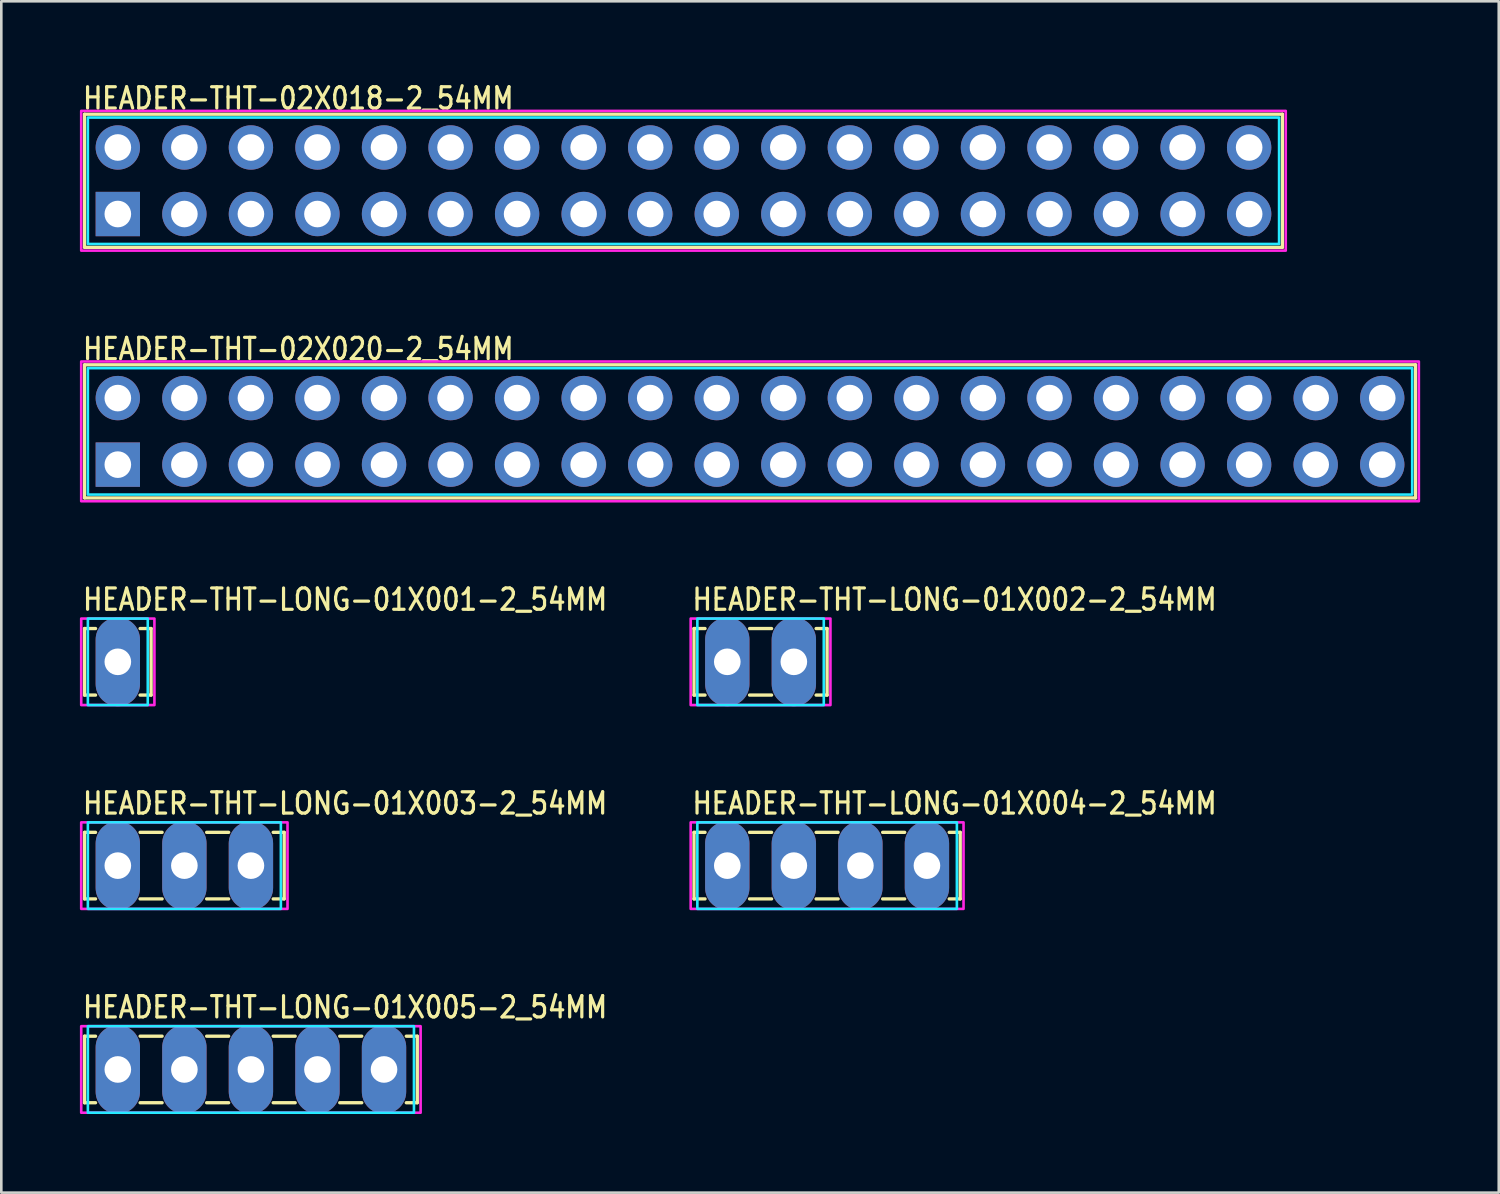
<source format=kicad_pcb>
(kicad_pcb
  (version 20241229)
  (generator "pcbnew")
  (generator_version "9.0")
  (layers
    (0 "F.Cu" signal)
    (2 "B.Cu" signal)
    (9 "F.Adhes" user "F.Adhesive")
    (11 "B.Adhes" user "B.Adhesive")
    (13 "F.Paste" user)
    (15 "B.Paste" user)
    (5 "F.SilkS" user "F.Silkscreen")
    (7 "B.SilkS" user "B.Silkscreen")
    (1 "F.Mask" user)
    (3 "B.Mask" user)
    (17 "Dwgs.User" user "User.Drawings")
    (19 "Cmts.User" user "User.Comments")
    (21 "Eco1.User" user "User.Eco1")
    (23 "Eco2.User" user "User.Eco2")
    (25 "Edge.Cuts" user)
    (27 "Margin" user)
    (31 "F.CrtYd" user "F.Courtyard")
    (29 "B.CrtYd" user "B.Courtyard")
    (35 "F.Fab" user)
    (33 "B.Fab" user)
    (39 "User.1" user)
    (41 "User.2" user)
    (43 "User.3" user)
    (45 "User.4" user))
  (footprint "HEADER-THT-02X020-2_54MM"
    (layer "F.Cu")
    (at 1.447 14.684)
    (property "Reference" "HEADER-THT-02X020-2_54MM" (at -1.4 -3.94 0) (unlocked yes) (layer "F.SilkS") (effects (font (size 0.813 0.695) (thickness 0.122)) (justify left bottom)))
    (fp_line (start -1.27 -3.81) (end -1.27 1.27) (stroke (width 0.127) (type solid)) (layer "F.SilkS"))
    (fp_line (start -1.27 1.27) (end 49.53 1.27) (stroke (width 0.127) (type solid)) (layer "F.SilkS"))
    (fp_line (start 49.53 -3.81) (end -1.27 -3.81) (stroke (width 0.127) (type solid)) (layer "F.SilkS"))
    (fp_line (start 49.53 1.27) (end 49.53 -3.81) (stroke (width 0.127) (type solid)) (layer "F.SilkS"))
    (fp_poly (pts (xy -1.143 -3.683) (xy 49.403 -3.683) (xy 49.403 1.143) (xy -1.143 1.143)) (stroke (width 0.1) (type solid)) (fill no) (layer "B.CrtYd"))
    (fp_poly (pts (xy -1.397 -3.937) (xy 49.657 -3.937) (xy 49.657 1.397) (xy -1.397 1.397)) (stroke (width 0.1) (type solid)) (fill no) (layer "F.CrtYd"))
    (pad "1" thru_hole rect (at 0 0) (size 1.693 1.693) (drill 1.016) (layers "*.Cu" "*.Mask"))
    (pad "2" thru_hole oval (at 0 -2.54) (size 1.693 1.693) (drill 1.016) (layers "*.Cu" "*.Mask"))
    (pad "3" thru_hole oval (at 2.54 0) (size 1.693 1.693) (drill 1.016) (layers "*.Cu" "*.Mask"))
    (pad "4" thru_hole oval (at 2.54 -2.54) (size 1.693 1.693) (drill 1.016) (layers "*.Cu" "*.Mask"))
    (pad "5" thru_hole oval (at 5.08 0) (size 1.693 1.693) (drill 1.016) (layers "*.Cu" "*.Mask"))
    (pad "6" thru_hole oval (at 5.08 -2.54) (size 1.693 1.693) (drill 1.016) (layers "*.Cu" "*.Mask"))
    (pad "7" thru_hole oval (at 7.62 0) (size 1.693 1.693) (drill 1.016) (layers "*.Cu" "*.Mask"))
    (pad "8" thru_hole oval (at 7.62 -2.54) (size 1.693 1.693) (drill 1.016) (layers "*.Cu" "*.Mask"))
    (pad "9" thru_hole oval (at 10.16 0) (size 1.693 1.693) (drill 1.016) (layers "*.Cu" "*.Mask"))
    (pad "10" thru_hole oval (at 10.16 -2.54) (size 1.693 1.693) (drill 1.016) (layers "*.Cu" "*.Mask"))
    (pad "11" thru_hole oval (at 12.7 0) (size 1.693 1.693) (drill 1.016) (layers "*.Cu" "*.Mask"))
    (pad "12" thru_hole oval (at 12.7 -2.54) (size 1.693 1.693) (drill 1.016) (layers "*.Cu" "*.Mask"))
    (pad "13" thru_hole oval (at 15.24 0) (size 1.693 1.693) (drill 1.016) (layers "*.Cu" "*.Mask"))
    (pad "14" thru_hole oval (at 15.24 -2.54) (size 1.693 1.693) (drill 1.016) (layers "*.Cu" "*.Mask"))
    (pad "15" thru_hole oval (at 17.78 0) (size 1.693 1.693) (drill 1.016) (layers "*.Cu" "*.Mask"))
    (pad "16" thru_hole oval (at 17.78 -2.54) (size 1.693 1.693) (drill 1.016) (layers "*.Cu" "*.Mask"))
    (pad "17" thru_hole oval (at 20.32 0) (size 1.693 1.693) (drill 1.016) (layers "*.Cu" "*.Mask"))
    (pad "18" thru_hole oval (at 20.32 -2.54) (size 1.693 1.693) (drill 1.016) (layers "*.Cu" "*.Mask"))
    (pad "19" thru_hole oval (at 22.86 0) (size 1.693 1.693) (drill 1.016) (layers "*.Cu" "*.Mask"))
    (pad "20" thru_hole oval (at 22.86 -2.54) (size 1.693 1.693) (drill 1.016) (layers "*.Cu" "*.Mask"))
    (pad "21" thru_hole oval (at 25.4 0) (size 1.693 1.693) (drill 1.016) (layers "*.Cu" "*.Mask"))
    (pad "22" thru_hole oval (at 25.4 -2.54) (size 1.693 1.693) (drill 1.016) (layers "*.Cu" "*.Mask"))
    (pad "23" thru_hole oval (at 27.94 0) (size 1.693 1.693) (drill 1.016) (layers "*.Cu" "*.Mask"))
    (pad "24" thru_hole oval (at 27.94 -2.54) (size 1.693 1.693) (drill 1.016) (layers "*.Cu" "*.Mask"))
    (pad "25" thru_hole oval (at 30.48 0) (size 1.693 1.693) (drill 1.016) (layers "*.Cu" "*.Mask"))
    (pad "26" thru_hole oval (at 30.48 -2.54) (size 1.693 1.693) (drill 1.016) (layers "*.Cu" "*.Mask"))
    (pad "27" thru_hole oval (at 33.02 0) (size 1.693 1.693) (drill 1.016) (layers "*.Cu" "*.Mask"))
    (pad "28" thru_hole oval (at 33.02 -2.54) (size 1.693 1.693) (drill 1.016) (layers "*.Cu" "*.Mask"))
    (pad "29" thru_hole oval (at 35.56 0) (size 1.693 1.693) (drill 1.016) (layers "*.Cu" "*.Mask"))
    (pad "30" thru_hole oval (at 35.56 -2.54) (size 1.693 1.693) (drill 1.016) (layers "*.Cu" "*.Mask"))
    (pad "31" thru_hole oval (at 38.1 0) (size 1.693 1.693) (drill 1.016) (layers "*.Cu" "*.Mask"))
    (pad "32" thru_hole oval (at 38.1 -2.54) (size 1.693 1.693) (drill 1.016) (layers "*.Cu" "*.Mask"))
    (pad "33" thru_hole oval (at 40.64 0) (size 1.693 1.693) (drill 1.016) (layers "*.Cu" "*.Mask"))
    (pad "34" thru_hole oval (at 40.64 -2.54) (size 1.693 1.693) (drill 1.016) (layers "*.Cu" "*.Mask"))
    (pad "35" thru_hole oval (at 43.18 0) (size 1.693 1.693) (drill 1.016) (layers "*.Cu" "*.Mask"))
    (pad "36" thru_hole oval (at 43.18 -2.54) (size 1.693 1.693) (drill 1.016) (layers "*.Cu" "*.Mask"))
    (pad "37" thru_hole oval (at 45.72 0) (size 1.693 1.693) (drill 1.016) (layers "*.Cu" "*.Mask"))
    (pad "38" thru_hole oval (at 45.72 -2.54) (size 1.693 1.693) (drill 1.016) (layers "*.Cu" "*.Mask"))
    (pad "39" thru_hole oval (at 48.26 0) (size 1.693 1.693) (drill 1.016) (layers "*.Cu" "*.Mask"))
    (pad "40" thru_hole oval (at 48.26 -2.54) (size 1.693 1.693) (drill 1.016) (layers "*.Cu" "*.Mask")))
  (footprint "HEADER-THT-LONG-01X002-2_54MM"
    (layer "F.Cu")
    (at 24.709 22.21)
    (property "Reference" "HEADER-THT-LONG-01X002-2_54MM" (at -1.4 -1.9 0) (unlocked yes) (layer "F.SilkS") (effects (font (size 0.813 0.695) (thickness 0.122)) (justify left bottom)))
    (fp_line (start -1.27 -1.27) (end -1.27 1.27) (stroke (width 0.127) (type solid)) (layer "F.SilkS"))
    (fp_line (start -1.27 1.27) (end -0.85 1.27) (stroke (width 0.127) (type solid)) (layer "F.SilkS"))
    (fp_line (start -0.85 -1.27) (end -1.27 -1.27) (stroke (width 0.127) (type solid)) (layer "F.SilkS"))
    (fp_line (start 0.85 -1.27) (end 1.69 -1.27) (stroke (width 0.127) (type solid)) (layer "F.SilkS"))
    (fp_line (start 0.85 1.27) (end 1.69 1.27) (stroke (width 0.127) (type solid)) (layer "F.SilkS"))
    (fp_line (start 3.39 -1.27) (end 3.81 -1.27) (stroke (width 0.127) (type solid)) (layer "F.SilkS"))
    (fp_line (start 3.81 -1.27) (end 3.81 1.27) (stroke (width 0.127) (type solid)) (layer "F.SilkS"))
    (fp_line (start 3.81 1.27) (end 3.39 1.27) (stroke (width 0.127) (type solid)) (layer "F.SilkS"))
    (fp_poly (pts (xy -1.143 -1.651) (xy 3.683 -1.651) (xy 3.683 1.651) (xy -1.143 1.651)) (stroke (width 0.1) (type solid)) (fill no) (layer "B.CrtYd"))
    (fp_poly (pts (xy -1.397 -1.651) (xy 3.937 -1.651) (xy 3.937 1.651) (xy -1.397 1.651)) (stroke (width 0.1) (type solid)) (fill no) (layer "F.CrtYd"))
    (pad "1" thru_hole oval (at 0 0 90) (size 3.387 1.693) (drill 1.016) (layers "*.Cu" "*.Mask"))
    (pad "2" thru_hole oval (at 2.54 0 90) (size 3.387 1.693) (drill 1.016) (layers "*.Cu" "*.Mask")))
  (footprint "HEADER-THT-LONG-01X003-2_54MM"
    (layer "F.Cu")
    (at 1.447 29.989)
    (property "Reference" "HEADER-THT-LONG-01X003-2_54MM" (at -1.4 -1.9 0) (unlocked yes) (layer "F.SilkS") (effects (font (size 0.813 0.695) (thickness 0.122)) (justify left bottom)))
    (fp_line (start -1.27 -1.27) (end -1.27 1.27) (stroke (width 0.127) (type solid)) (layer "F.SilkS"))
    (fp_line (start -1.27 1.27) (end -0.85 1.27) (stroke (width 0.127) (type solid)) (layer "F.SilkS"))
    (fp_line (start -0.85 -1.27) (end -1.27 -1.27) (stroke (width 0.127) (type solid)) (layer "F.SilkS"))
    (fp_line (start 0.85 -1.27) (end 1.69 -1.27) (stroke (width 0.127) (type solid)) (layer "F.SilkS"))
    (fp_line (start 0.85 1.27) (end 1.69 1.27) (stroke (width 0.127) (type solid)) (layer "F.SilkS"))
    (fp_line (start 3.39 -1.27) (end 4.23 -1.27) (stroke (width 0.127) (type solid)) (layer "F.SilkS"))
    (fp_line (start 3.39 1.27) (end 4.23 1.27) (stroke (width 0.127) (type solid)) (layer "F.SilkS"))
    (fp_line (start 5.93 -1.27) (end 6.35 -1.27) (stroke (width 0.127) (type solid)) (layer "F.SilkS"))
    (fp_line (start 6.35 -1.27) (end 6.35 1.27) (stroke (width 0.127) (type solid)) (layer "F.SilkS"))
    (fp_line (start 6.35 1.27) (end 5.93 1.27) (stroke (width 0.127) (type solid)) (layer "F.SilkS"))
    (fp_poly (pts (xy -1.143 -1.651) (xy 6.223 -1.651) (xy 6.223 1.651) (xy -1.143 1.651)) (stroke (width 0.1) (type solid)) (fill no) (layer "B.CrtYd"))
    (fp_poly (pts (xy -1.397 -1.651) (xy 6.477 -1.651) (xy 6.477 1.651) (xy -1.397 1.651)) (stroke (width 0.1) (type solid)) (fill no) (layer "F.CrtYd"))
    (pad "1" thru_hole oval (at 0 0 90) (size 3.387 1.693) (drill 1.016) (layers "*.Cu" "*.Mask"))
    (pad "2" thru_hole oval (at 2.54 0 90) (size 3.387 1.693) (drill 1.016) (layers "*.Cu" "*.Mask"))
    (pad "3" thru_hole oval (at 5.08 0 90) (size 3.387 1.693) (drill 1.016) (layers "*.Cu" "*.Mask")))
  (footprint "HEADER-THT-LONG-01X001-2_54MM"
    (layer "F.Cu")
    (at 1.447 22.21)
    (property "Reference" "HEADER-THT-LONG-01X001-2_54MM" (at -1.4 -1.9 0) (unlocked yes) (layer "F.SilkS") (effects (font (size 0.813 0.695) (thickness 0.122)) (justify left bottom)))
    (fp_line (start -1.27 -1.27) (end -1.27 1.27) (stroke (width 0.127) (type solid)) (layer "F.SilkS"))
    (fp_line (start -1.27 1.27) (end -0.85 1.27) (stroke (width 0.127) (type solid)) (layer "F.SilkS"))
    (fp_line (start -0.85 -1.27) (end -1.27 -1.27) (stroke (width 0.127) (type solid)) (layer "F.SilkS"))
    (fp_line (start 0.85 -1.27) (end 1.27 -1.27) (stroke (width 0.127) (type solid)) (layer "F.SilkS"))
    (fp_line (start 1.27 -1.27) (end 1.27 1.27) (stroke (width 0.127) (type solid)) (layer "F.SilkS"))
    (fp_line (start 1.27 1.27) (end 0.85 1.27) (stroke (width 0.127) (type solid)) (layer "F.SilkS"))
    (fp_poly (pts (xy -1.143 -1.651) (xy 1.143 -1.651) (xy 1.143 1.651) (xy -1.143 1.651)) (stroke (width 0.1) (type solid)) (fill no) (layer "B.CrtYd"))
    (fp_poly (pts (xy -1.397 -1.651) (xy 1.397 -1.651) (xy 1.397 1.651) (xy -1.397 1.651)) (stroke (width 0.1) (type solid)) (fill no) (layer "F.CrtYd"))
    (pad "1" thru_hole oval (at 0 0 90) (size 3.387 1.693) (drill 1.016) (layers "*.Cu" "*.Mask")))
  (footprint "HEADER-THT-02X018-2_54MM"
    (layer "F.Cu")
    (at 1.447 5.119)
    (property "Reference" "HEADER-THT-02X018-2_54MM" (at -1.4 -3.94 0) (unlocked yes) (layer "F.SilkS") (effects (font (size 0.813 0.695) (thickness 0.122)) (justify left bottom)))
    (fp_line (start -1.27 -3.81) (end -1.27 1.27) (stroke (width 0.127) (type solid)) (layer "F.SilkS"))
    (fp_line (start -1.27 1.27) (end 44.45 1.27) (stroke (width 0.127) (type solid)) (layer "F.SilkS"))
    (fp_line (start 44.45 -3.81) (end -1.27 -3.81) (stroke (width 0.127) (type solid)) (layer "F.SilkS"))
    (fp_line (start 44.45 1.27) (end 44.45 -3.81) (stroke (width 0.127) (type solid)) (layer "F.SilkS"))
    (fp_poly (pts (xy -1.143 -3.683) (xy 44.323 -3.683) (xy 44.323 1.143) (xy -1.143 1.143)) (stroke (width 0.1) (type solid)) (fill no) (layer "B.CrtYd"))
    (fp_poly (pts (xy -1.397 -3.937) (xy 44.577 -3.937) (xy 44.577 1.397) (xy -1.397 1.397)) (stroke (width 0.1) (type solid)) (fill no) (layer "F.CrtYd"))
    (pad "1" thru_hole rect (at 0 0) (size 1.693 1.693) (drill 1.016) (layers "*.Cu" "*.Mask"))
    (pad "2" thru_hole oval (at 0 -2.54) (size 1.693 1.693) (drill 1.016) (layers "*.Cu" "*.Mask"))
    (pad "3" thru_hole oval (at 2.54 0) (size 1.693 1.693) (drill 1.016) (layers "*.Cu" "*.Mask"))
    (pad "4" thru_hole oval (at 2.54 -2.54) (size 1.693 1.693) (drill 1.016) (layers "*.Cu" "*.Mask"))
    (pad "5" thru_hole oval (at 5.08 0) (size 1.693 1.693) (drill 1.016) (layers "*.Cu" "*.Mask"))
    (pad "6" thru_hole oval (at 5.08 -2.54) (size 1.693 1.693) (drill 1.016) (layers "*.Cu" "*.Mask"))
    (pad "7" thru_hole oval (at 7.62 0) (size 1.693 1.693) (drill 1.016) (layers "*.Cu" "*.Mask"))
    (pad "8" thru_hole oval (at 7.62 -2.54) (size 1.693 1.693) (drill 1.016) (layers "*.Cu" "*.Mask"))
    (pad "9" thru_hole oval (at 10.16 0) (size 1.693 1.693) (drill 1.016) (layers "*.Cu" "*.Mask"))
    (pad "10" thru_hole oval (at 10.16 -2.54) (size 1.693 1.693) (drill 1.016) (layers "*.Cu" "*.Mask"))
    (pad "11" thru_hole oval (at 12.7 0) (size 1.693 1.693) (drill 1.016) (layers "*.Cu" "*.Mask"))
    (pad "12" thru_hole oval (at 12.7 -2.54) (size 1.693 1.693) (drill 1.016) (layers "*.Cu" "*.Mask"))
    (pad "13" thru_hole oval (at 15.24 0) (size 1.693 1.693) (drill 1.016) (layers "*.Cu" "*.Mask"))
    (pad "14" thru_hole oval (at 15.24 -2.54) (size 1.693 1.693) (drill 1.016) (layers "*.Cu" "*.Mask"))
    (pad "15" thru_hole oval (at 17.78 0) (size 1.693 1.693) (drill 1.016) (layers "*.Cu" "*.Mask"))
    (pad "16" thru_hole oval (at 17.78 -2.54) (size 1.693 1.693) (drill 1.016) (layers "*.Cu" "*.Mask"))
    (pad "17" thru_hole oval (at 20.32 0) (size 1.693 1.693) (drill 1.016) (layers "*.Cu" "*.Mask"))
    (pad "18" thru_hole oval (at 20.32 -2.54) (size 1.693 1.693) (drill 1.016) (layers "*.Cu" "*.Mask"))
    (pad "19" thru_hole oval (at 22.86 0) (size 1.693 1.693) (drill 1.016) (layers "*.Cu" "*.Mask"))
    (pad "20" thru_hole oval (at 22.86 -2.54) (size 1.693 1.693) (drill 1.016) (layers "*.Cu" "*.Mask"))
    (pad "21" thru_hole oval (at 25.4 0) (size 1.693 1.693) (drill 1.016) (layers "*.Cu" "*.Mask"))
    (pad "22" thru_hole oval (at 25.4 -2.54) (size 1.693 1.693) (drill 1.016) (layers "*.Cu" "*.Mask"))
    (pad "23" thru_hole oval (at 27.94 0) (size 1.693 1.693) (drill 1.016) (layers "*.Cu" "*.Mask"))
    (pad "24" thru_hole oval (at 27.94 -2.54) (size 1.693 1.693) (drill 1.016) (layers "*.Cu" "*.Mask"))
    (pad "25" thru_hole oval (at 30.48 0) (size 1.693 1.693) (drill 1.016) (layers "*.Cu" "*.Mask"))
    (pad "26" thru_hole oval (at 30.48 -2.54) (size 1.693 1.693) (drill 1.016) (layers "*.Cu" "*.Mask"))
    (pad "27" thru_hole oval (at 33.02 0) (size 1.693 1.693) (drill 1.016) (layers "*.Cu" "*.Mask"))
    (pad "28" thru_hole oval (at 33.02 -2.54) (size 1.693 1.693) (drill 1.016) (layers "*.Cu" "*.Mask"))
    (pad "29" thru_hole oval (at 35.56 0) (size 1.693 1.693) (drill 1.016) (layers "*.Cu" "*.Mask"))
    (pad "30" thru_hole oval (at 35.56 -2.54) (size 1.693 1.693) (drill 1.016) (layers "*.Cu" "*.Mask"))
    (pad "31" thru_hole oval (at 38.1 0) (size 1.693 1.693) (drill 1.016) (layers "*.Cu" "*.Mask"))
    (pad "32" thru_hole oval (at 38.1 -2.54) (size 1.693 1.693) (drill 1.016) (layers "*.Cu" "*.Mask"))
    (pad "33" thru_hole oval (at 40.64 0) (size 1.693 1.693) (drill 1.016) (layers "*.Cu" "*.Mask"))
    (pad "34" thru_hole oval (at 40.64 -2.54) (size 1.693 1.693) (drill 1.016) (layers "*.Cu" "*.Mask"))
    (pad "35" thru_hole oval (at 43.18 0) (size 1.693 1.693) (drill 1.016) (layers "*.Cu" "*.Mask"))
    (pad "36" thru_hole oval (at 43.18 -2.54) (size 1.693 1.693) (drill 1.016) (layers "*.Cu" "*.Mask")))
  (footprint "HEADER-THT-LONG-01X004-2_54MM"
    (layer "F.Cu")
    (at 24.709 29.989)
    (property "Reference" "HEADER-THT-LONG-01X004-2_54MM" (at -1.4 -1.9 0) (unlocked yes) (layer "F.SilkS") (effects (font (size 0.813 0.695) (thickness 0.122)) (justify left bottom)))
    (fp_line (start -1.27 -1.27) (end -1.27 1.27) (stroke (width 0.127) (type solid)) (layer "F.SilkS"))
    (fp_line (start -1.27 1.27) (end -0.85 1.27) (stroke (width 0.127) (type solid)) (layer "F.SilkS"))
    (fp_line (start -0.85 -1.27) (end -1.27 -1.27) (stroke (width 0.127) (type solid)) (layer "F.SilkS"))
    (fp_line (start 0.85 -1.27) (end 1.69 -1.27) (stroke (width 0.127) (type solid)) (layer "F.SilkS"))
    (fp_line (start 0.85 1.27) (end 1.69 1.27) (stroke (width 0.127) (type solid)) (layer "F.SilkS"))
    (fp_line (start 3.39 -1.27) (end 4.23 -1.27) (stroke (width 0.127) (type solid)) (layer "F.SilkS"))
    (fp_line (start 3.39 1.27) (end 4.23 1.27) (stroke (width 0.127) (type solid)) (layer "F.SilkS"))
    (fp_line (start 5.93 -1.27) (end 6.77 -1.27) (stroke (width 0.127) (type solid)) (layer "F.SilkS"))
    (fp_line (start 5.93 1.27) (end 6.77 1.27) (stroke (width 0.127) (type solid)) (layer "F.SilkS"))
    (fp_line (start 8.47 -1.27) (end 8.89 -1.27) (stroke (width 0.127) (type solid)) (layer "F.SilkS"))
    (fp_line (start 8.89 -1.27) (end 8.89 1.27) (stroke (width 0.127) (type solid)) (layer "F.SilkS"))
    (fp_line (start 8.89 1.27) (end 8.47 1.27) (stroke (width 0.127) (type solid)) (layer "F.SilkS"))
    (fp_poly (pts (xy -1.143 -1.651) (xy 8.763 -1.651) (xy 8.763 1.651) (xy -1.143 1.651)) (stroke (width 0.1) (type solid)) (fill no) (layer "B.CrtYd"))
    (fp_poly (pts (xy -1.397 -1.651) (xy 9.017 -1.651) (xy 9.017 1.651) (xy -1.397 1.651)) (stroke (width 0.1) (type solid)) (fill no) (layer "F.CrtYd"))
    (pad "1" thru_hole oval (at 0 0 90) (size 3.387 1.693) (drill 1.016) (layers "*.Cu" "*.Mask"))
    (pad "2" thru_hole oval (at 2.54 0 90) (size 3.387 1.693) (drill 1.016) (layers "*.Cu" "*.Mask"))
    (pad "3" thru_hole oval (at 5.08 0 90) (size 3.387 1.693) (drill 1.016) (layers "*.Cu" "*.Mask"))
    (pad "4" thru_hole oval (at 7.62 0 90) (size 3.387 1.693) (drill 1.016) (layers "*.Cu" "*.Mask")))
  (footprint "HEADER-THT-LONG-01X005-2_54MM"
    (layer "F.Cu")
    (at 1.447 37.769)
    (property "Reference" "HEADER-THT-LONG-01X005-2_54MM" (at -1.4 -1.9 0) (unlocked yes) (layer "F.SilkS") (effects (font (size 0.813 0.695) (thickness 0.122)) (justify left bottom)))
    (fp_line (start -1.27 -1.27) (end -1.27 1.27) (stroke (width 0.127) (type solid)) (layer "F.SilkS"))
    (fp_line (start -1.27 1.27) (end -0.85 1.27) (stroke (width 0.127) (type solid)) (layer "F.SilkS"))
    (fp_line (start -0.85 -1.27) (end -1.27 -1.27) (stroke (width 0.127) (type solid)) (layer "F.SilkS"))
    (fp_line (start 0.85 -1.27) (end 1.69 -1.27) (stroke (width 0.127) (type solid)) (layer "F.SilkS"))
    (fp_line (start 0.85 1.27) (end 1.69 1.27) (stroke (width 0.127) (type solid)) (layer "F.SilkS"))
    (fp_line (start 3.39 -1.27) (end 4.23 -1.27) (stroke (width 0.127) (type solid)) (layer "F.SilkS"))
    (fp_line (start 3.39 1.27) (end 4.23 1.27) (stroke (width 0.127) (type solid)) (layer "F.SilkS"))
    (fp_line (start 5.93 -1.27) (end 6.77 -1.27) (stroke (width 0.127) (type solid)) (layer "F.SilkS"))
    (fp_line (start 5.93 1.27) (end 6.77 1.27) (stroke (width 0.127) (type solid)) (layer "F.SilkS"))
    (fp_line (start 8.47 -1.27) (end 9.31 -1.27) (stroke (width 0.127) (type solid)) (layer "F.SilkS"))
    (fp_line (start 8.47 1.27) (end 9.31 1.27) (stroke (width 0.127) (type solid)) (layer "F.SilkS"))
    (fp_line (start 11.01 -1.27) (end 11.43 -1.27) (stroke (width 0.127) (type solid)) (layer "F.SilkS"))
    (fp_line (start 11.43 -1.27) (end 11.43 1.27) (stroke (width 0.127) (type solid)) (layer "F.SilkS"))
    (fp_line (start 11.43 1.27) (end 11.01 1.27) (stroke (width 0.127) (type solid)) (layer "F.SilkS"))
    (fp_poly (pts (xy -1.143 -1.651) (xy 11.303 -1.651) (xy 11.303 1.651) (xy -1.143 1.651)) (stroke (width 0.1) (type solid)) (fill no) (layer "B.CrtYd"))
    (fp_poly (pts (xy -1.397 -1.651) (xy 11.557 -1.651) (xy 11.557 1.651) (xy -1.397 1.651)) (stroke (width 0.1) (type solid)) (fill no) (layer "F.CrtYd"))
    (pad "1" thru_hole oval (at 0 0 90) (size 3.387 1.693) (drill 1.016) (layers "*.Cu" "*.Mask"))
    (pad "2" thru_hole oval (at 2.54 0 90) (size 3.387 1.693) (drill 1.016) (layers "*.Cu" "*.Mask"))
    (pad "3" thru_hole oval (at 5.08 0 90) (size 3.387 1.693) (drill 1.016) (layers "*.Cu" "*.Mask"))
    (pad "4" thru_hole oval (at 7.62 0 90) (size 3.387 1.693) (drill 1.016) (layers "*.Cu" "*.Mask"))
    (pad "5" thru_hole oval (at 10.16 0 90) (size 3.387 1.693) (drill 1.016) (layers "*.Cu" "*.Mask")))
  (gr_rect
    (start -3 -3)
    (end 54.154 42.47)
    (stroke (width 0.1) (type default))
    (fill no)
    (layer "Edge.Cuts")))
</source>
